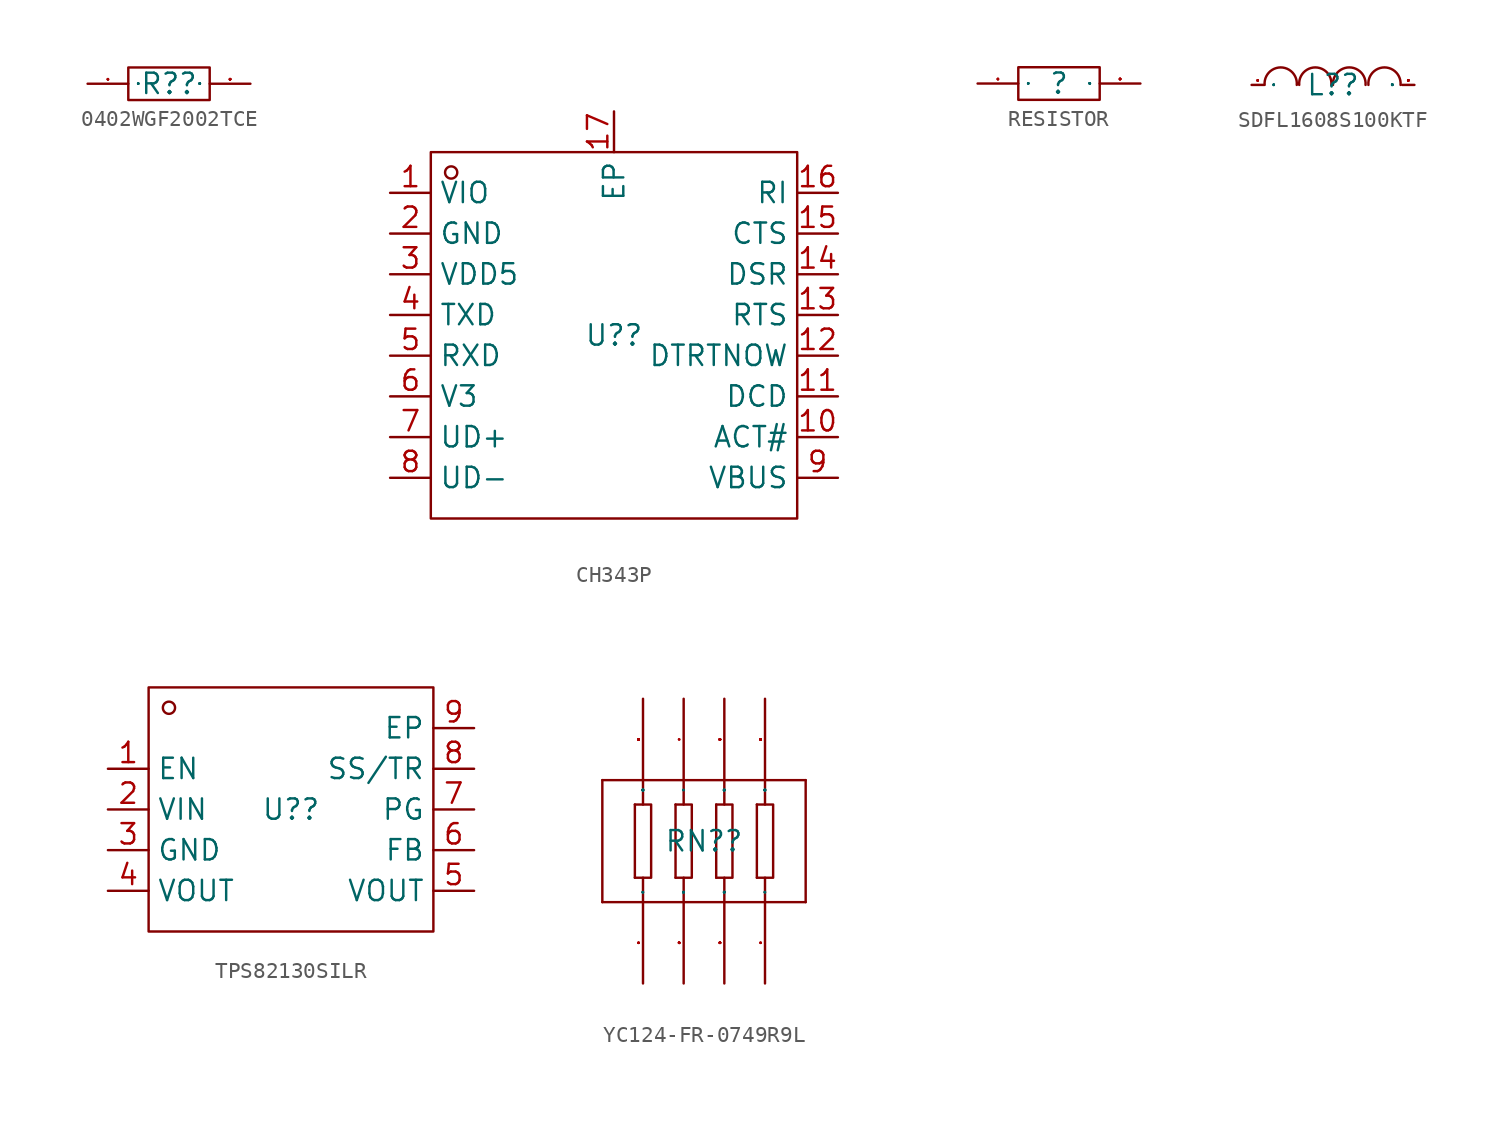
<source format=kicad_sym>
(kicad_symbol_lib
  (version 20231120)
  (generator "kicad_symbol_editor")
  (generator_version "8.0")
  (symbol "0402WGF2002TCE"
    (property "Reference" "R?"
      (at 0 0 0)
      (effects (font (size 1.27 1.27))))
    (property "Value" ""
      (at 0 0 0)
      (effects (font (size 1.27 1.27))))
    (symbol "0402WGF2002TCE_1_0"
      (rectangle (start -2.54 -1.016) (end 2.54 1.016) (stroke (width 0) (type default)) (fill (type none)))
      (pin input line (at -5.08 0 0) (length 2.54) (name "1" (effects (font (size 0.025 0.025)))) (number "1" (effects (font (size 0.025 0.025)))))
      (pin input line (at 5.08 0 180) (length 2.54) (name "2" (effects (font (size 0.025 0.025)))) (number "2" (effects (font (size 0.025 0.025)))))))
  (symbol "CH343P"
    (property "Reference" "U?"
      (at 0 0 0)
      (effects (font (size 1.27 1.27))))
    (property "Value" ""
      (at 0 0 0)
      (effects (font (size 1.27 1.27))))
    (symbol "CH343P_1_0"
      (rectangle (start -11.43 -11.43) (end 11.43 11.43) (stroke (width 0) (type default)) (fill (type none)))
      (circle (center -10.16 10.16) (radius 0.381) (stroke (width 0) (type default)) (fill (type none)))
      (pin unspecified line (at -13.97 8.89 0) (length 2.54) (name "VIO" (effects (font (size 1.27 1.27)))) (number "1" (effects (font (size 1.27 1.27)))))
      (pin unspecified line (at 13.97 -6.35 180) (length 2.54) (name "ACT#" (effects (font (size 1.27 1.27)))) (number "10" (effects (font (size 1.27 1.27)))))
      (pin unspecified line (at 13.97 -3.81 180) (length 2.54) (name "DCD" (effects (font (size 1.27 1.27)))) (number "11" (effects (font (size 1.27 1.27)))))
      (pin unspecified line (at 13.97 -1.27 180) (length 2.54) (name "DTRTNOW" (effects (font (size 1.27 1.27)))) (number "12" (effects (font (size 1.27 1.27)))))
      (pin unspecified line (at 13.97 1.27 180) (length 2.54) (name "RTS" (effects (font (size 1.27 1.27)))) (number "13" (effects (font (size 1.27 1.27)))))
      (pin unspecified line (at 13.97 3.81 180) (length 2.54) (name "DSR" (effects (font (size 1.27 1.27)))) (number "14" (effects (font (size 1.27 1.27)))))
      (pin unspecified line (at 13.97 6.35 180) (length 2.54) (name "CTS" (effects (font (size 1.27 1.27)))) (number "15" (effects (font (size 1.27 1.27)))))
      (pin unspecified line (at 13.97 8.89 180) (length 2.54) (name "RI" (effects (font (size 1.27 1.27)))) (number "16" (effects (font (size 1.27 1.27)))))
      (pin unspecified line (at 0 13.97 270) (length 2.54) (name "EP" (effects (font (size 1.27 1.27)))) (number "17" (effects (font (size 1.27 1.27)))))
      (pin unspecified line (at -13.97 6.35 0) (length 2.54) (name "GND" (effects (font (size 1.27 1.27)))) (number "2" (effects (font (size 1.27 1.27)))))
      (pin unspecified line (at -13.97 3.81 0) (length 2.54) (name "VDD5" (effects (font (size 1.27 1.27)))) (number "3" (effects (font (size 1.27 1.27)))))
      (pin unspecified line (at -13.97 1.27 0) (length 2.54) (name "TXD" (effects (font (size 1.27 1.27)))) (number "4" (effects (font (size 1.27 1.27)))))
      (pin unspecified line (at -13.97 -1.27 0) (length 2.54) (name "RXD" (effects (font (size 1.27 1.27)))) (number "5" (effects (font (size 1.27 1.27)))))
      (pin unspecified line (at -13.97 -3.81 0) (length 2.54) (name "V3" (effects (font (size 1.27 1.27)))) (number "6" (effects (font (size 1.27 1.27)))))
      (pin unspecified line (at -13.97 -6.35 0) (length 2.54) (name "UD+" (effects (font (size 1.27 1.27)))) (number "7" (effects (font (size 1.27 1.27)))))
      (pin unspecified line (at -13.97 -8.89 0) (length 2.54) (name "UD-" (effects (font (size 1.27 1.27)))) (number "8" (effects (font (size 1.27 1.27)))))
      (pin unspecified line (at 13.97 -8.89 180) (length 2.54) (name "VBUS" (effects (font (size 1.27 1.27)))) (number "9" (effects (font (size 1.27 1.27)))))))
  (symbol "RESISTOR"
    (property "Reference" ""
      (at 0 0 0)
      (effects (font (size 1.27 1.27))))
    (property "Value" ""
      (at 0 0 0)
      (effects (font (size 1.27 1.27))))
    (symbol "RESISTOR_1_0"
      (rectangle (start -2.54 1.016) (end 2.54 -1.016) (stroke (width 0) (type default)) (fill (type none)))
      (pin input line (at -5.08 0 0) (length 2.54) (name "1" (effects (font (size 0.025 0.025)))) (number "1" (effects (font (size 0.025 0.025)))))
      (pin input line (at 5.08 0 180) (length 2.54) (name "2" (effects (font (size 0.025 0.025)))) (number "2" (effects (font (size 0.025 0.025)))))))
  (symbol "SDFL1608S100KTF"
    (property "Reference" "L?"
      (at 0 0 0)
      (effects (font (size 1.27 1.27))))
    (property "Value" ""
      (at 0 0 0)
      (effects (font (size 1.27 1.27))))
    (symbol "SDFL1608S100KTF_1_0"
      (arc (start -2.2606 0) (mid -3.2639 1.0922) (end -4.2672 0) (stroke (width 0) (type default)) (fill (type none)))
      (arc (start -0.1016 0) (mid -1.1049 1.0922) (end -2.1082 0) (stroke (width 0) (type default)) (fill (type none)))
      (arc (start 2.032 0) (mid 1.016 1.0922) (end 0 0) (stroke (width 0) (type default)) (fill (type none)))
      (arc (start 4.2164 0) (mid 3.213 1.0923) (end 2.2098 0) (stroke (width 0) (type default)) (fill (type none)))
      (pin input line (at -5.08 0 0) (length 0.762) (name "1" (effects (font (size 0.025 0.025)))) (number "1" (effects (font (size 0.025 0.025)))))
      (pin input line (at 5.08 0 180) (length 0.762) (name "2" (effects (font (size 0.025 0.025)))) (number "2" (effects (font (size 0.025 0.025)))))))
  (symbol "TPS82130SILR"
    (property "Reference" "U?"
      (at 0 0 0)
      (effects (font (size 1.27 1.27))))
    (property "Value" ""
      (at 0 0 0)
      (effects (font (size 1.27 1.27))))
    (symbol "TPS82130SILR_1_0"
      (rectangle (start -8.89 -7.62) (end 8.89 7.62) (stroke (width 0) (type default)) (fill (type none)))
      (circle (center -7.62 6.35) (radius 0.381) (stroke (width 0) (type default)) (fill (type none)))
      (pin input line (at -11.43 2.54 0) (length 2.54) (name "EN" (effects (font (size 1.27 1.27)))) (number "1" (effects (font (size 1.27 1.27)))))
      (pin input line (at -11.43 0 0) (length 2.54) (name "VIN" (effects (font (size 1.27 1.27)))) (number "2" (effects (font (size 1.27 1.27)))))
      (pin input line (at -11.43 -2.54 0) (length 2.54) (name "GND" (effects (font (size 1.27 1.27)))) (number "3" (effects (font (size 1.27 1.27)))))
      (pin input line (at -11.43 -5.08 0) (length 2.54) (name "VOUT" (effects (font (size 1.27 1.27)))) (number "4" (effects (font (size 1.27 1.27)))))
      (pin input line (at 11.43 -5.08 180) (length 2.54) (name "VOUT" (effects (font (size 1.27 1.27)))) (number "5" (effects (font (size 1.27 1.27)))))
      (pin input line (at 11.43 -2.54 180) (length 2.54) (name "FB" (effects (font (size 1.27 1.27)))) (number "6" (effects (font (size 1.27 1.27)))))
      (pin input line (at 11.43 0 180) (length 2.54) (name "PG" (effects (font (size 1.27 1.27)))) (number "7" (effects (font (size 1.27 1.27)))))
      (pin input line (at 11.43 2.54 180) (length 2.54) (name "SS/TR" (effects (font (size 1.27 1.27)))) (number "8" (effects (font (size 1.27 1.27)))))
      (pin input line (at 11.43 5.08 180) (length 2.54) (name "EP" (effects (font (size 1.27 1.27)))) (number "9" (effects (font (size 1.27 1.27)))))))
  (symbol "YC124-FR-0749R9L"
    (property "Reference" "RN?"
      (at 0 0 0)
      (effects (font (size 1.27 1.27))))
    (property "Value" ""
      (at 0 0 0)
      (effects (font (size 1.27 1.27))))
    (symbol "YC124-FR-0749R9L_1_0"
      (polyline (pts (xy -6.35 -3.81) (xy -6.35 3.81)) (stroke (width 0) (type default)) (fill (type none)))
      (polyline (pts (xy -6.35 -3.81) (xy 6.35 -3.81)) (stroke (width 0) (type default)) (fill (type none)))
      (polyline (pts (xy -6.35 3.81) (xy 6.35 3.81)) (stroke (width 0) (type default)) (fill (type none)))
      (polyline (pts (xy -4.318 -2.286) (xy -4.318 2.286)) (stroke (width 0) (type default)) (fill (type none)))
      (polyline (pts (xy -3.81 -3.81) (xy -3.81 -2.286)) (stroke (width 0) (type default)) (fill (type none)))
      (polyline (pts (xy -3.81 2.286) (xy -3.81 3.81)) (stroke (width 0) (type default)) (fill (type none)))
      (polyline (pts (xy -1.778 -2.286) (xy -1.778 2.286)) (stroke (width 0) (type default)) (fill (type none)))
      (polyline (pts (xy -1.27 -3.81) (xy -1.27 -2.286)) (stroke (width 0) (type default)) (fill (type none)))
      (polyline (pts (xy -1.27 2.286) (xy -1.27 3.81)) (stroke (width 0) (type default)) (fill (type none)))
      (polyline (pts (xy 0.762 -2.286) (xy 0.762 2.286)) (stroke (width 0) (type default)) (fill (type none)))
      (polyline (pts (xy 1.27 -3.81) (xy 1.27 -2.286)) (stroke (width 0) (type default)) (fill (type none)))
      (polyline (pts (xy 1.27 2.286) (xy 1.27 3.81)) (stroke (width 0) (type default)) (fill (type none)))
      (polyline (pts (xy 3.302 -2.286) (xy 3.302 2.286)) (stroke (width 0) (type default)) (fill (type none)))
      (polyline (pts (xy 3.81 -3.81) (xy 3.81 -2.286)) (stroke (width 0) (type default)) (fill (type none)))
      (polyline (pts (xy 3.81 2.286) (xy 3.81 3.81)) (stroke (width 0) (type default)) (fill (type none)))
      (polyline (pts (xy 6.35 -3.81) (xy 6.35 3.81)) (stroke (width 0) (type default)) (fill (type none)))
      (polyline (pts (xy -4.318 -2.286) (xy -3.302 -2.286) (xy -3.302 -2.286) (xy -3.302 2.286) (xy -3.302 2.286) (xy -4.318 2.286)) (stroke (width 0) (type default)) (fill (type none)))
      (polyline (pts (xy -1.778 -2.286) (xy -0.762 -2.286) (xy -0.762 -2.286) (xy -0.762 2.286) (xy -0.762 2.286) (xy -1.778 2.286)) (stroke (width 0) (type default)) (fill (type none)))
      (polyline (pts (xy 0.762 -2.286) (xy 1.778 -2.286) (xy 1.778 -2.286) (xy 1.778 2.286) (xy 1.778 2.286) (xy 0.762 2.286)) (stroke (width 0) (type default)) (fill (type none)))
      (polyline (pts (xy 3.302 -2.286) (xy 4.318 -2.286) (xy 4.318 -2.286) (xy 4.318 2.286) (xy 4.318 2.286) (xy 3.302 2.286)) (stroke (width 0) (type default)) (fill (type none)))
      (pin input line (at -3.81 -8.89 90) (length 5.08) (name "1" (effects (font (size 0.025 0.025)))) (number "1" (effects (font (size 0.025 0.025)))))
      (pin input line (at -1.27 -8.89 90) (length 5.08) (name "2" (effects (font (size 0.025 0.025)))) (number "2" (effects (font (size 0.025 0.025)))))
      (pin input line (at 1.27 -8.89 90) (length 5.08) (name "3" (effects (font (size 0.025 0.025)))) (number "3" (effects (font (size 0.025 0.025)))))
      (pin input line (at 3.81 -8.89 90) (length 5.08) (name "4" (effects (font (size 0.025 0.025)))) (number "4" (effects (font (size 0.025 0.025)))))
      (pin input line (at 3.81 8.89 270) (length 5.08) (name "5" (effects (font (size 0.025 0.025)))) (number "5" (effects (font (size 0.025 0.025)))))
      (pin input line (at 1.27 8.89 270) (length 5.08) (name "6" (effects (font (size 0.025 0.025)))) (number "6" (effects (font (size 0.025 0.025)))))
      (pin input line (at -1.27 8.89 270) (length 5.08) (name "7" (effects (font (size 0.025 0.025)))) (number "7" (effects (font (size 0.025 0.025)))))
      (pin input line (at -3.81 8.89 270) (length 5.08) (name "8" (effects (font (size 0.025 0.025)))) (number "8" (effects (font (size 0.025 0.025))))))))
</source>
